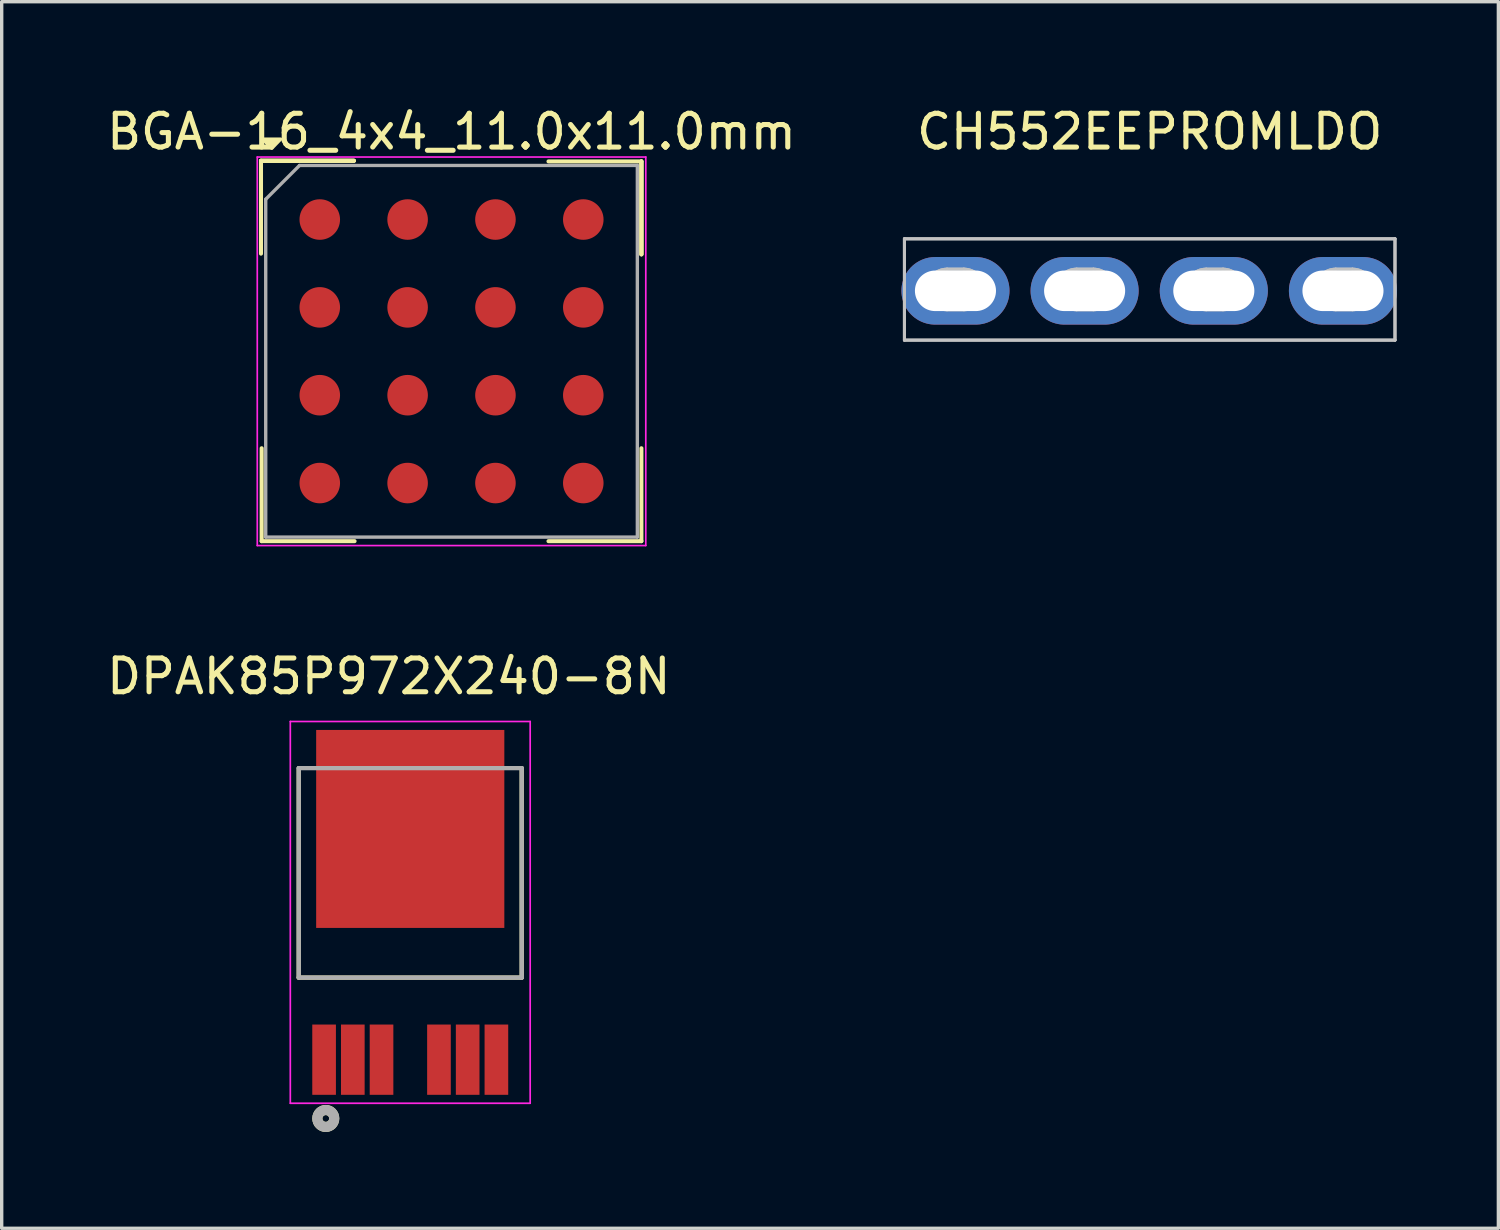
<source format=kicad_pcb>
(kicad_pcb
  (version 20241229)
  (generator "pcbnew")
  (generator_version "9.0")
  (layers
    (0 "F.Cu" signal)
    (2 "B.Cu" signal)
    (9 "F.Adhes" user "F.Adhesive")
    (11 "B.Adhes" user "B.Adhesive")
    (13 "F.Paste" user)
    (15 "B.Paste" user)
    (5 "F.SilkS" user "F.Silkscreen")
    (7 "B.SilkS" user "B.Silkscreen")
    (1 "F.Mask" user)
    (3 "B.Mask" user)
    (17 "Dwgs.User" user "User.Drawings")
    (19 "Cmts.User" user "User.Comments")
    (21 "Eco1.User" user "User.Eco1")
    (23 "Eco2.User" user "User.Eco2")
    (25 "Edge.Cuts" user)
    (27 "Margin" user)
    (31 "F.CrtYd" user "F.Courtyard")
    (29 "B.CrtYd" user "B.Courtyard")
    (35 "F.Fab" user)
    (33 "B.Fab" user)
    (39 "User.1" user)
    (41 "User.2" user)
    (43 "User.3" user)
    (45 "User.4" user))
  (footprint "CH552EEPROMLDO"
    (layer "F.Cu")
    (at 30.981 1.348)
    (property "Reference" "CH552EEPROMLDO" (at 0 -0.5 0) (unlocked yes) (layer "F.SilkS") (effects (font (size 1 1) (thickness 0.15))))
    (attr through_hole)
    (fp_line (start -7.26 2.67) (end 7.26 2.67) (stroke (width 0.09) (type solid)) (layer "Dwgs.User"))
    (fp_line (start -7.26 2.67) (end 7.26 2.67) (stroke (width 0.09) (type solid)) (layer "Dwgs.User"))
    (fp_line (start -7.26 5.67) (end -7.26 2.67) (stroke (width 0.09) (type solid)) (layer "Dwgs.User"))
    (fp_line (start -7.26 5.67) (end -7.26 2.67) (stroke (width 0.09) (type solid)) (layer "Dwgs.User"))
    (fp_line (start 7.26 2.67) (end 7.26 5.67) (stroke (width 0.09) (type solid)) (layer "Dwgs.User"))
    (fp_line (start 7.26 2.67) (end 7.26 5.67) (stroke (width 0.09) (type solid)) (layer "Dwgs.User"))
    (fp_line (start 7.26 5.67) (end -7.26 5.67) (stroke (width 0.09) (type solid)) (layer "Dwgs.User"))
    (fp_line (start 7.26 5.67) (end -7.26 5.67) (stroke (width 0.09) (type solid)) (layer "Dwgs.User"))
    (fp_curve (pts (xy -6.6 4.17) (xy -6.6 3.839) (xy -6.331 3.57) (xy -6 3.57)) (stroke (width 0.09) (type solid)) (layer "Dwgs.User"))
    (fp_curve (pts (xy -6.6 4.17) (xy -6.6 3.839) (xy -6.331 3.57) (xy -6 3.57)) (stroke (width 0.09) (type solid)) (layer "Dwgs.User"))
    (fp_curve (pts (xy -6.6 4.17) (xy -6.6 4.17) (xy -6.6 4.17) (xy -6.6 4.17)) (stroke (width 0.09) (type solid)) (layer "Dwgs.User"))
    (fp_curve (pts (xy -6.6 4.17) (xy -6.6 4.17) (xy -6.6 4.17) (xy -6.6 4.17)) (stroke (width 0.09) (type solid)) (layer "Dwgs.User"))
    (fp_curve (pts (xy -6 3.57) (xy -6 3.57) (xy -5.5 3.57) (xy -5.5 3.57)) (stroke (width 0.09) (type solid)) (layer "Dwgs.User"))
    (fp_curve (pts (xy -6 3.57) (xy -6 3.57) (xy -5.5 3.57) (xy -5.5 3.57)) (stroke (width 0.09) (type solid)) (layer "Dwgs.User"))
    (fp_curve (pts (xy -6 4.77) (xy -6.331 4.77) (xy -6.6 4.501) (xy -6.6 4.17)) (stroke (width 0.09) (type solid)) (layer "Dwgs.User"))
    (fp_curve (pts (xy -6 4.77) (xy -6.331 4.77) (xy -6.6 4.501) (xy -6.6 4.17)) (stroke (width 0.09) (type solid)) (layer "Dwgs.User"))
    (fp_curve (pts (xy -5.5 3.57) (xy -5.168 3.57) (xy -4.9 3.839) (xy -4.9 4.17)) (stroke (width 0.09) (type solid)) (layer "Dwgs.User"))
    (fp_curve (pts (xy -5.5 3.57) (xy -5.168 3.57) (xy -4.9 3.839) (xy -4.9 4.17)) (stroke (width 0.09) (type solid)) (layer "Dwgs.User"))
    (fp_curve (pts (xy -5.5 4.77) (xy -5.5 4.77) (xy -6 4.77) (xy -6 4.77)) (stroke (width 0.09) (type solid)) (layer "Dwgs.User"))
    (fp_curve (pts (xy -5.5 4.77) (xy -5.5 4.77) (xy -6 4.77) (xy -6 4.77)) (stroke (width 0.09) (type solid)) (layer "Dwgs.User"))
    (fp_curve (pts (xy -4.9 4.17) (xy -4.9 4.17) (xy -4.9 4.17) (xy -4.9 4.17)) (stroke (width 0.09) (type solid)) (layer "Dwgs.User"))
    (fp_curve (pts (xy -4.9 4.17) (xy -4.9 4.17) (xy -4.9 4.17) (xy -4.9 4.17)) (stroke (width 0.09) (type solid)) (layer "Dwgs.User"))
    (fp_curve (pts (xy -4.9 4.17) (xy -4.9 4.501) (xy -5.168 4.77) (xy -5.5 4.77)) (stroke (width 0.09) (type solid)) (layer "Dwgs.User"))
    (fp_curve (pts (xy -4.9 4.17) (xy -4.9 4.501) (xy -5.168 4.77) (xy -5.5 4.77)) (stroke (width 0.09) (type solid)) (layer "Dwgs.User"))
    (fp_curve (pts (xy -2.765 4.17) (xy -2.765 3.839) (xy -2.496 3.57) (xy -2.165 3.57)) (stroke (width 0.09) (type solid)) (layer "Dwgs.User"))
    (fp_curve (pts (xy -2.765 4.17) (xy -2.765 3.839) (xy -2.496 3.57) (xy -2.165 3.57)) (stroke (width 0.09) (type solid)) (layer "Dwgs.User"))
    (fp_curve (pts (xy -2.765 4.17) (xy -2.765 4.17) (xy -2.765 4.17) (xy -2.765 4.17)) (stroke (width 0.09) (type solid)) (layer "Dwgs.User"))
    (fp_curve (pts (xy -2.765 4.17) (xy -2.765 4.17) (xy -2.765 4.17) (xy -2.765 4.17)) (stroke (width 0.09) (type solid)) (layer "Dwgs.User"))
    (fp_curve (pts (xy -2.165 3.57) (xy -2.165 3.57) (xy -1.665 3.57) (xy -1.665 3.57)) (stroke (width 0.09) (type solid)) (layer "Dwgs.User"))
    (fp_curve (pts (xy -2.165 3.57) (xy -2.165 3.57) (xy -1.665 3.57) (xy -1.665 3.57)) (stroke (width 0.09) (type solid)) (layer "Dwgs.User"))
    (fp_curve (pts (xy -2.165 4.77) (xy -2.496 4.77) (xy -2.765 4.501) (xy -2.765 4.17)) (stroke (width 0.09) (type solid)) (layer "Dwgs.User"))
    (fp_curve (pts (xy -2.165 4.77) (xy -2.496 4.77) (xy -2.765 4.501) (xy -2.765 4.17)) (stroke (width 0.09) (type solid)) (layer "Dwgs.User"))
    (fp_curve (pts (xy -1.665 3.57) (xy -1.333 3.57) (xy -1.065 3.839) (xy -1.065 4.17)) (stroke (width 0.09) (type solid)) (layer "Dwgs.User"))
    (fp_curve (pts (xy -1.665 3.57) (xy -1.333 3.57) (xy -1.065 3.839) (xy -1.065 4.17)) (stroke (width 0.09) (type solid)) (layer "Dwgs.User"))
    (fp_curve (pts (xy -1.665 4.77) (xy -1.665 4.77) (xy -2.165 4.77) (xy -2.165 4.77)) (stroke (width 0.09) (type solid)) (layer "Dwgs.User"))
    (fp_curve (pts (xy -1.665 4.77) (xy -1.665 4.77) (xy -2.165 4.77) (xy -2.165 4.77)) (stroke (width 0.09) (type solid)) (layer "Dwgs.User"))
    (fp_curve (pts (xy -1.065 4.17) (xy -1.065 4.17) (xy -1.065 4.17) (xy -1.065 4.17)) (stroke (width 0.09) (type solid)) (layer "Dwgs.User"))
    (fp_curve (pts (xy -1.065 4.17) (xy -1.065 4.17) (xy -1.065 4.17) (xy -1.065 4.17)) (stroke (width 0.09) (type solid)) (layer "Dwgs.User"))
    (fp_curve (pts (xy -1.065 4.17) (xy -1.065 4.501) (xy -1.333 4.77) (xy -1.665 4.77)) (stroke (width 0.09) (type solid)) (layer "Dwgs.User"))
    (fp_curve (pts (xy -1.065 4.17) (xy -1.065 4.501) (xy -1.333 4.77) (xy -1.665 4.77)) (stroke (width 0.09) (type solid)) (layer "Dwgs.User"))
    (fp_curve (pts (xy 1.07 4.17) (xy 1.07 3.839) (xy 1.339 3.57) (xy 1.67 3.57)) (stroke (width 0.09) (type solid)) (layer "Dwgs.User"))
    (fp_curve (pts (xy 1.07 4.17) (xy 1.07 3.839) (xy 1.339 3.57) (xy 1.67 3.57)) (stroke (width 0.09) (type solid)) (layer "Dwgs.User"))
    (fp_curve (pts (xy 1.07 4.17) (xy 1.07 4.17) (xy 1.07 4.17) (xy 1.07 4.17)) (stroke (width 0.09) (type solid)) (layer "Dwgs.User"))
    (fp_curve (pts (xy 1.07 4.17) (xy 1.07 4.17) (xy 1.07 4.17) (xy 1.07 4.17)) (stroke (width 0.09) (type solid)) (layer "Dwgs.User"))
    (fp_curve (pts (xy 1.67 3.57) (xy 1.67 3.57) (xy 2.17 3.57) (xy 2.17 3.57)) (stroke (width 0.09) (type solid)) (layer "Dwgs.User"))
    (fp_curve (pts (xy 1.67 3.57) (xy 1.67 3.57) (xy 2.17 3.57) (xy 2.17 3.57)) (stroke (width 0.09) (type solid)) (layer "Dwgs.User"))
    (fp_curve (pts (xy 1.67 4.77) (xy 1.339 4.77) (xy 1.07 4.501) (xy 1.07 4.17)) (stroke (width 0.09) (type solid)) (layer "Dwgs.User"))
    (fp_curve (pts (xy 1.67 4.77) (xy 1.339 4.77) (xy 1.07 4.501) (xy 1.07 4.17)) (stroke (width 0.09) (type solid)) (layer "Dwgs.User"))
    (fp_curve (pts (xy 2.17 3.57) (xy 2.501 3.57) (xy 2.77 3.839) (xy 2.77 4.17)) (stroke (width 0.09) (type solid)) (layer "Dwgs.User"))
    (fp_curve (pts (xy 2.17 3.57) (xy 2.501 3.57) (xy 2.77 3.839) (xy 2.77 4.17)) (stroke (width 0.09) (type solid)) (layer "Dwgs.User"))
    (fp_curve (pts (xy 2.17 4.77) (xy 2.17 4.77) (xy 1.67 4.77) (xy 1.67 4.77)) (stroke (width 0.09) (type solid)) (layer "Dwgs.User"))
    (fp_curve (pts (xy 2.17 4.77) (xy 2.17 4.77) (xy 1.67 4.77) (xy 1.67 4.77)) (stroke (width 0.09) (type solid)) (layer "Dwgs.User"))
    (fp_curve (pts (xy 2.77 4.17) (xy 2.77 4.17) (xy 2.77 4.17) (xy 2.77 4.17)) (stroke (width 0.09) (type solid)) (layer "Dwgs.User"))
    (fp_curve (pts (xy 2.77 4.17) (xy 2.77 4.17) (xy 2.77 4.17) (xy 2.77 4.17)) (stroke (width 0.09) (type solid)) (layer "Dwgs.User"))
    (fp_curve (pts (xy 2.77 4.17) (xy 2.77 4.501) (xy 2.501 4.77) (xy 2.17 4.77)) (stroke (width 0.09) (type solid)) (layer "Dwgs.User"))
    (fp_curve (pts (xy 2.77 4.17) (xy 2.77 4.501) (xy 2.501 4.77) (xy 2.17 4.77)) (stroke (width 0.09) (type solid)) (layer "Dwgs.User"))
    (fp_curve (pts (xy 4.905 4.17) (xy 4.905 3.839) (xy 5.174 3.57) (xy 5.505 3.57)) (stroke (width 0.09) (type solid)) (layer "Dwgs.User"))
    (fp_curve (pts (xy 4.905 4.17) (xy 4.905 3.839) (xy 5.174 3.57) (xy 5.505 3.57)) (stroke (width 0.09) (type solid)) (layer "Dwgs.User"))
    (fp_curve (pts (xy 4.905 4.17) (xy 4.905 4.17) (xy 4.905 4.17) (xy 4.905 4.17)) (stroke (width 0.09) (type solid)) (layer "Dwgs.User"))
    (fp_curve (pts (xy 4.905 4.17) (xy 4.905 4.17) (xy 4.905 4.17) (xy 4.905 4.17)) (stroke (width 0.09) (type solid)) (layer "Dwgs.User"))
    (fp_curve (pts (xy 5.505 3.57) (xy 5.505 3.57) (xy 6.005 3.57) (xy 6.005 3.57)) (stroke (width 0.09) (type solid)) (layer "Dwgs.User"))
    (fp_curve (pts (xy 5.505 3.57) (xy 5.505 3.57) (xy 6.005 3.57) (xy 6.005 3.57)) (stroke (width 0.09) (type solid)) (layer "Dwgs.User"))
    (fp_curve (pts (xy 5.505 4.77) (xy 5.174 4.77) (xy 4.905 4.501) (xy 4.905 4.17)) (stroke (width 0.09) (type solid)) (layer "Dwgs.User"))
    (fp_curve (pts (xy 5.505 4.77) (xy 5.174 4.77) (xy 4.905 4.501) (xy 4.905 4.17)) (stroke (width 0.09) (type solid)) (layer "Dwgs.User"))
    (fp_curve (pts (xy 6.005 3.57) (xy 6.336 3.57) (xy 6.605 3.839) (xy 6.605 4.17)) (stroke (width 0.09) (type solid)) (layer "Dwgs.User"))
    (fp_curve (pts (xy 6.005 3.57) (xy 6.336 3.57) (xy 6.605 3.839) (xy 6.605 4.17)) (stroke (width 0.09) (type solid)) (layer "Dwgs.User"))
    (fp_curve (pts (xy 6.005 4.77) (xy 6.005 4.77) (xy 5.505 4.77) (xy 5.505 4.77)) (stroke (width 0.09) (type solid)) (layer "Dwgs.User"))
    (fp_curve (pts (xy 6.005 4.77) (xy 6.005 4.77) (xy 5.505 4.77) (xy 5.505 4.77)) (stroke (width 0.09) (type solid)) (layer "Dwgs.User"))
    (fp_curve (pts (xy 6.605 4.17) (xy 6.605 4.17) (xy 6.605 4.17) (xy 6.605 4.17)) (stroke (width 0.09) (type solid)) (layer "Dwgs.User"))
    (fp_curve (pts (xy 6.605 4.17) (xy 6.605 4.17) (xy 6.605 4.17) (xy 6.605 4.17)) (stroke (width 0.09) (type solid)) (layer "Dwgs.User"))
    (fp_curve (pts (xy 6.605 4.17) (xy 6.605 4.501) (xy 6.336 4.77) (xy 6.005 4.77)) (stroke (width 0.09) (type solid)) (layer "Dwgs.User"))
    (fp_curve (pts (xy 6.605 4.17) (xy 6.605 4.501) (xy 6.336 4.77) (xy 6.005 4.77)) (stroke (width 0.09) (type solid)) (layer "Dwgs.User"))
    (pad "1" thru_hole oval (at -5.75 4.21) (size 3.2 2) (drill oval 2.4 1.2) (layers "*.Cu" "*.Mask"))
    (pad "2" thru_hole oval (at -1.927 4.21) (size 3.2 2) (drill oval 2.4 1.2) (layers "*.Cu" "*.Mask"))
    (pad "3" thru_hole oval (at 1.897 4.21) (size 3.2 2) (drill oval 2.4 1.2) (layers "*.Cu" "*.Mask"))
    (pad "4" thru_hole oval (at 5.72 4.21) (size 3.2 2) (drill oval 2.4 1.2) (layers "*.Cu" "*.Mask")))
  (footprint "BGA-16_4x4_11.0x11.0mm"
    (layer "F.Cu")
    (at 10.315 7.348)
    (property "Reference" "BGA-16_4x4_11.0x11.0mm" (at 0 -6.5 0) (layer "F.SilkS") (effects (font (size 1 1) (thickness 0.15))))
    (attr smd)
    (fp_line (start -5.64 -5.64) (end -2.89 -5.64) (stroke (width 0.12) (type solid)) (layer "F.SilkS"))
    (fp_line (start -5.64 -5.64) (end -2.89 -5.64) (stroke (width 0.12) (type solid)) (layer "F.SilkS"))
    (fp_line (start -5.64 -5.64) (end -2.89 -5.64) (stroke (width 0.12) (type solid)) (layer "F.SilkS"))
    (fp_line (start -5.64 -2.89) (end -5.64 -5.64) (stroke (width 0.12) (type solid)) (layer "F.SilkS"))
    (fp_line (start -5.62 5.62) (end -5.62 2.87) (stroke (width 0.12) (type solid)) (layer "F.SilkS"))
    (fp_line (start -2.87 5.62) (end -5.62 5.62) (stroke (width 0.12) (type solid)) (layer "F.SilkS"))
    (fp_line (start 2.87 -5.62) (end 5.62 -5.62) (stroke (width 0.12) (type solid)) (layer "F.SilkS"))
    (fp_line (start 2.87 5.62) (end 5.62 5.62) (stroke (width 0.12) (type solid)) (layer "F.SilkS"))
    (fp_line (start 5.62 -5.62) (end 5.62 -2.87) (stroke (width 0.12) (type solid)) (layer "F.SilkS"))
    (fp_line (start 5.62 -5.62) (end 5.62 -2.87) (stroke (width 0.12) (type solid)) (layer "F.SilkS"))
    (fp_line (start 5.62 -5.62) (end 5.62 -2.87) (stroke (width 0.12) (type solid)) (layer "F.SilkS"))
    (fp_line (start 5.62 5.62) (end 5.62 2.87) (stroke (width 0.12) (type solid)) (layer "F.SilkS"))
    (fp_poly (pts (xy -5.32 -6.01) (xy -5.59 -6.28) (xy -5.06 -6.28)) (stroke (width 0.1) (type solid)) (fill yes) (layer "F.SilkS"))
    (fp_line (start -5.75 -5.75) (end 5.75 -5.75) (stroke (width 0.05) (type solid)) (layer "F.CrtYd"))
    (fp_line (start -5.75 5.75) (end -5.75 -5.75) (stroke (width 0.05) (type solid)) (layer "F.CrtYd"))
    (fp_line (start 5.75 -5.75) (end 5.75 5.75) (stroke (width 0.05) (type solid)) (layer "F.CrtYd"))
    (fp_line (start 5.75 5.75) (end -5.75 5.75) (stroke (width 0.05) (type solid)) (layer "F.CrtYd"))
    (fp_line (start -5.5 -4.5) (end -5.5 5.5) (stroke (width 0.1) (type solid)) (layer "F.Fab"))
    (fp_line (start -5.5 5.5) (end 5.5 5.5) (stroke (width 0.1) (type solid)) (layer "F.Fab"))
    (fp_line (start -4.5 -5.5) (end -5.5 -4.5) (stroke (width 0.1) (type solid)) (layer "F.Fab"))
    (fp_line (start 5.5 -5.5) (end -4.5 -5.5) (stroke (width 0.1) (type solid)) (layer "F.Fab"))
    (fp_line (start 5.5 5.5) (end 5.5 -5.5) (stroke (width 0.1) (type solid)) (layer "F.Fab"))
    (pad "A1" smd circle (at -3.9 -3.9) (size 1.2 1.2) (layers "F.Cu" "F.Mask" "F.Paste"))
    (pad "A2" smd circle (at -1.3 -3.9) (size 1.2 1.2) (layers "F.Cu" "F.Mask" "F.Paste"))
    (pad "A3" smd circle (at 1.3 -3.9) (size 1.2 1.2) (layers "F.Cu" "F.Mask" "F.Paste"))
    (pad "A4" smd circle (at 3.9 -3.9) (size 1.2 1.2) (layers "F.Cu" "F.Mask" "F.Paste"))
    (pad "B1" smd circle (at -3.9 -1.3) (size 1.2 1.2) (layers "F.Cu" "F.Mask" "F.Paste"))
    (pad "B2" smd circle (at -1.3 -1.3) (size 1.2 1.2) (layers "F.Cu" "F.Mask" "F.Paste"))
    (pad "B3" smd circle (at 1.3 -1.3) (size 1.2 1.2) (layers "F.Cu" "F.Mask" "F.Paste"))
    (pad "B4" smd circle (at 3.9 -1.3) (size 1.2 1.2) (layers "F.Cu" "F.Mask" "F.Paste"))
    (pad "C1" smd circle (at -3.9 1.3) (size 1.2 1.2) (layers "F.Cu" "F.Mask" "F.Paste"))
    (pad "C2" smd circle (at -1.3 1.3) (size 1.2 1.2) (layers "F.Cu" "F.Mask" "F.Paste"))
    (pad "C3" smd circle (at 1.3 1.3) (size 1.2 1.2) (layers "F.Cu" "F.Mask" "F.Paste"))
    (pad "C4" smd circle (at 3.9 1.3) (size 1.2 1.2) (layers "F.Cu" "F.Mask" "F.Paste"))
    (pad "D1" smd circle (at -3.9 3.9) (size 1.2 1.2) (layers "F.Cu" "F.Mask" "F.Paste"))
    (pad "D2" smd circle (at -1.3 3.9) (size 1.2 1.2) (layers "F.Cu" "F.Mask" "F.Paste"))
    (pad "D3" smd circle (at 1.3 3.9) (size 1.2 1.2) (layers "F.Cu" "F.Mask" "F.Paste"))
    (pad "D4" smd circle (at 3.9 3.9) (size 1.2 1.2) (layers "F.Cu" "F.Mask" "F.Paste")))
  (footprint "DPAK85P972X240-8N"
    (layer "F.Cu")
    (at 9.093 23.956)
    (property "Reference" "DPAK85P972X240-8N" (at -0.635 -6.985 0) (layer "F.SilkS") (effects (font (size 1 1) (thickness 0.15))))
    (attr through_hole)
    (fp_line (start -3.3 1.93) (end -3.3 -4.27) (stroke (width 0.127) (type solid)) (layer "F.SilkS"))
    (fp_line (start 3.3 -4.27) (end 3.3 1.93) (stroke (width 0.127) (type solid)) (layer "F.SilkS"))
    (fp_line (start 3.3 1.93) (end -3.3 1.93) (stroke (width 0.127) (type solid)) (layer "F.SilkS"))
    (fp_circle (center -2.5 6.1) (end -2.4 6.1) (stroke (width 0.3) (type solid)) (fill no) (layer "F.SilkS"))
    (fp_poly (pts (xy -2.56 -5.08) (xy -1.16 -5.08) (xy -1.16 -3.78) (xy -2.56 -3.78)) (stroke (width 0.01) (type solid)) (fill yes) (layer "F.Paste"))
    (fp_poly (pts (xy -2.56 -3.12) (xy -1.16 -3.12) (xy -1.16 -1.82) (xy -2.56 -1.82)) (stroke (width 0.01) (type solid)) (fill yes) (layer "F.Paste"))
    (fp_poly (pts (xy -2.56 -1.16) (xy -1.16 -1.16) (xy -1.16 0.14) (xy -2.56 0.14)) (stroke (width 0.01) (type solid)) (fill yes) (layer "F.Paste"))
    (fp_poly (pts (xy -0.7 -5.08) (xy 0.7 -5.08) (xy 0.7 -3.78) (xy -0.7 -3.78)) (stroke (width 0.01) (type solid)) (fill yes) (layer "F.Paste"))
    (fp_poly (pts (xy -0.7 -3.12) (xy 0.7 -3.12) (xy 0.7 -1.82) (xy -0.7 -1.82)) (stroke (width 0.01) (type solid)) (fill yes) (layer "F.Paste"))
    (fp_poly (pts (xy -0.7 -1.16) (xy 0.7 -1.16) (xy 0.7 0.14) (xy -0.7 0.14)) (stroke (width 0.01) (type solid)) (fill yes) (layer "F.Paste"))
    (fp_poly (pts (xy 1.16 -5.08) (xy 2.56 -5.08) (xy 2.56 -3.78) (xy 1.16 -3.78)) (stroke (width 0.01) (type solid)) (fill yes) (layer "F.Paste"))
    (fp_poly (pts (xy 1.16 -3.12) (xy 2.56 -3.12) (xy 2.56 -1.82) (xy 1.16 -1.82)) (stroke (width 0.01) (type solid)) (fill yes) (layer "F.Paste"))
    (fp_poly (pts (xy 1.16 -1.16) (xy 2.56 -1.16) (xy 2.56 0.14) (xy 1.16 0.14)) (stroke (width 0.01) (type solid)) (fill yes) (layer "F.Paste"))
    (fp_line (start -3.55 -5.65) (end 3.55 -5.65) (stroke (width 0.05) (type solid)) (layer "F.CrtYd"))
    (fp_line (start -3.55 5.65) (end -3.55 -5.65) (stroke (width 0.05) (type solid)) (layer "F.CrtYd"))
    (fp_line (start 3.55 -5.65) (end 3.55 5.65) (stroke (width 0.05) (type solid)) (layer "F.CrtYd"))
    (fp_line (start 3.55 5.65) (end -3.55 5.65) (stroke (width 0.05) (type solid)) (layer "F.CrtYd"))
    (fp_line (start -3.3 -4.27) (end 3.3 -4.27) (stroke (width 0.127) (type solid)) (layer "F.Fab"))
    (fp_line (start -3.3 1.93) (end -3.3 -4.27) (stroke (width 0.127) (type solid)) (layer "F.Fab"))
    (fp_line (start 3.3 -4.27) (end 3.3 1.93) (stroke (width 0.127) (type solid)) (layer "F.Fab"))
    (fp_line (start 3.3 1.93) (end -3.3 1.93) (stroke (width 0.127) (type solid)) (layer "F.Fab"))
    (fp_circle (center -2.5 6.1) (end -2.4 6.1) (stroke (width 0.3) (type solid)) (fill no) (layer "F.Fab"))
    (pad "1" smd rect (at -2.55 4.36 90) (size 2.08 0.7) (layers "F.Cu" "F.Mask" "F.Paste"))
    (pad "2" smd rect (at -1.7 4.36 90) (size 2.08 0.7) (layers "F.Cu" "F.Mask" "F.Paste"))
    (pad "3" smd rect (at -0.85 4.36 90) (size 2.08 0.7) (layers "F.Cu" "F.Mask" "F.Paste"))
    (pad "5" smd rect (at 0.85 4.36 90) (size 2.08 0.7) (layers "F.Cu" "F.Mask" "F.Paste"))
    (pad "6" smd rect (at 1.7 4.36 90) (size 2.08 0.7) (layers "F.Cu" "F.Mask" "F.Paste"))
    (pad "7" smd rect (at 2.55 4.36 90) (size 2.08 0.7) (layers "F.Cu" "F.Mask" "F.Paste"))
    (pad "8" smd rect (at 0 -2.47 90) (size 5.86 5.57) (layers "F.Cu" "F.Mask")))
  (gr_rect
    (start -3 -3)
    (end 41.301 33.306)
    (stroke (width 0.1) (type default))
    (fill no)
    (layer "Edge.Cuts")))
</source>
